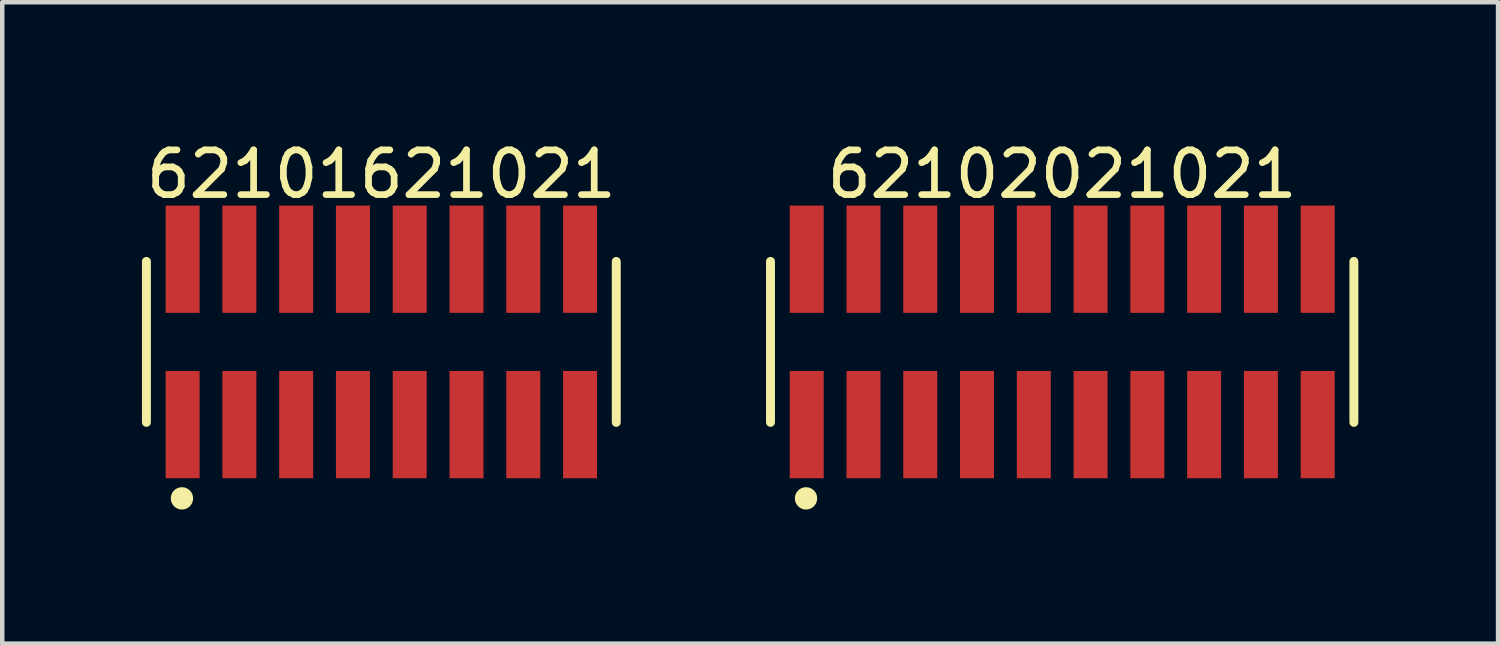
<source format=kicad_pcb>
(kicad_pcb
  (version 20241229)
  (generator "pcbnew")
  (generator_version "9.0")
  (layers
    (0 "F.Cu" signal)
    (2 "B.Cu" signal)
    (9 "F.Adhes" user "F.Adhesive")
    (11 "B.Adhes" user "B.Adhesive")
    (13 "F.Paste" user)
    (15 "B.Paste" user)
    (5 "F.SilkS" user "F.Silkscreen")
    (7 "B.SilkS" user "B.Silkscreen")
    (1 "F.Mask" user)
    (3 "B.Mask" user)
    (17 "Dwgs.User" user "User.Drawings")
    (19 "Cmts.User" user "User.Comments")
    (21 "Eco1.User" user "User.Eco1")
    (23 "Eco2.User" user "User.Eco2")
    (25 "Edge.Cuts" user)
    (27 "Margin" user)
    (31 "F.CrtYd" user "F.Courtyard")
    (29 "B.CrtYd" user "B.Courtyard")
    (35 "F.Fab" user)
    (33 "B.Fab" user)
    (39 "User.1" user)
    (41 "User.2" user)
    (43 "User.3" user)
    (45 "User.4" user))
  (footprint "62102021021"
    (layer "F.Cu")
    (at 20.71 4.598)
    (property "Reference" "62102021021" (at 0 -3.75 0) (layer "F.SilkS") (effects (font (size 1 1) (thickness 0.15))))
    (fp_line (start -6.525 1.8) (end -6.525 -1.8) (stroke (width 0.2) (type solid)) (layer "F.SilkS"))
    (fp_line (start 6.525 1.8) (end 6.525 -1.8) (stroke (width 0.2) (type solid)) (layer "F.SilkS"))
    (fp_circle (center -5.73 3.5) (end -5.73 3.375) (stroke (width 0.25) (type solid)) (fill no) (layer "F.SilkS"))
    (fp_line (start -6.725 -3.25) (end 6.725 -3.25) (stroke (width 0.05) (type solid)) (layer "Eco2.User"))
    (fp_line (start -6.725 3.25) (end -6.725 -3.25) (stroke (width 0.05) (type solid)) (layer "Eco2.User"))
    (fp_line (start -6.725 3.25) (end 6.725 3.25) (stroke (width 0.05) (type solid)) (layer "Eco2.User"))
    (fp_line (start -6.35 -1.7) (end 6.35 -1.7) (stroke (width 0.1) (type solid)) (layer "Eco2.User"))
    (fp_line (start -6.35 1.7) (end -6.35 -1.7) (stroke (width 0.1) (type solid)) (layer "Eco2.User"))
    (fp_line (start -6.35 1.7) (end 6.35 1.7) (stroke (width 0.1) (type solid)) (layer "Eco2.User"))
    (fp_line (start -5.915 -2.5) (end -5.515 -2.5) (stroke (width 0.1) (type solid)) (layer "Eco2.User"))
    (fp_line (start -5.915 -1.7) (end -5.915 -2.5) (stroke (width 0.1) (type solid)) (layer "Eco2.User"))
    (fp_line (start -5.915 2.5) (end -5.915 1.7) (stroke (width 0.1) (type solid)) (layer "Eco2.User"))
    (fp_line (start -5.915 2.5) (end -5.515 2.5) (stroke (width 0.1) (type solid)) (layer "Eco2.User"))
    (fp_line (start -5.515 -1.7) (end -5.515 -2.5) (stroke (width 0.1) (type solid)) (layer "Eco2.User"))
    (fp_line (start -5.515 2.5) (end -5.515 1.7) (stroke (width 0.1) (type solid)) (layer "Eco2.User"))
    (fp_line (start -4.645 -2.5) (end -4.245 -2.5) (stroke (width 0.1) (type solid)) (layer "Eco2.User"))
    (fp_line (start -4.645 -1.7) (end -4.645 -2.5) (stroke (width 0.1) (type solid)) (layer "Eco2.User"))
    (fp_line (start -4.645 2.5) (end -4.645 1.7) (stroke (width 0.1) (type solid)) (layer "Eco2.User"))
    (fp_line (start -4.645 2.5) (end -4.245 2.5) (stroke (width 0.1) (type solid)) (layer "Eco2.User"))
    (fp_line (start -4.245 -1.7) (end -4.245 -2.5) (stroke (width 0.1) (type solid)) (layer "Eco2.User"))
    (fp_line (start -4.245 2.5) (end -4.245 1.7) (stroke (width 0.1) (type solid)) (layer "Eco2.User"))
    (fp_line (start -3.375 -2.5) (end -2.975 -2.5) (stroke (width 0.1) (type solid)) (layer "Eco2.User"))
    (fp_line (start -3.375 -1.7) (end -3.375 -2.5) (stroke (width 0.1) (type solid)) (layer "Eco2.User"))
    (fp_line (start -3.375 2.5) (end -3.375 1.7) (stroke (width 0.1) (type solid)) (layer "Eco2.User"))
    (fp_line (start -3.375 2.5) (end -2.975 2.5) (stroke (width 0.1) (type solid)) (layer "Eco2.User"))
    (fp_line (start -2.975 -1.7) (end -2.975 -2.5) (stroke (width 0.1) (type solid)) (layer "Eco2.User"))
    (fp_line (start -2.975 2.5) (end -2.975 1.7) (stroke (width 0.1) (type solid)) (layer "Eco2.User"))
    (fp_line (start -2.105 -2.5) (end -1.705 -2.5) (stroke (width 0.1) (type solid)) (layer "Eco2.User"))
    (fp_line (start -2.105 -1.7) (end -2.105 -2.5) (stroke (width 0.1) (type solid)) (layer "Eco2.User"))
    (fp_line (start -2.105 2.5) (end -2.105 1.7) (stroke (width 0.1) (type solid)) (layer "Eco2.User"))
    (fp_line (start -2.105 2.5) (end -1.705 2.5) (stroke (width 0.1) (type solid)) (layer "Eco2.User"))
    (fp_line (start -1.705 -1.7) (end -1.705 -2.5) (stroke (width 0.1) (type solid)) (layer "Eco2.User"))
    (fp_line (start -1.705 2.5) (end -1.705 1.7) (stroke (width 0.1) (type solid)) (layer "Eco2.User"))
    (fp_line (start -0.835 -2.5) (end -0.435 -2.5) (stroke (width 0.1) (type solid)) (layer "Eco2.User"))
    (fp_line (start -0.835 -1.7) (end -0.835 -2.5) (stroke (width 0.1) (type solid)) (layer "Eco2.User"))
    (fp_line (start -0.835 2.5) (end -0.835 1.7) (stroke (width 0.1) (type solid)) (layer "Eco2.User"))
    (fp_line (start -0.835 2.5) (end -0.435 2.5) (stroke (width 0.1) (type solid)) (layer "Eco2.User"))
    (fp_line (start -0.5 0) (end 0.5 0) (stroke (width 0.05) (type solid)) (layer "Eco2.User"))
    (fp_line (start -0.435 -1.7) (end -0.435 -2.5) (stroke (width 0.1) (type solid)) (layer "Eco2.User"))
    (fp_line (start -0.435 2.5) (end -0.435 1.7) (stroke (width 0.1) (type solid)) (layer "Eco2.User"))
    (fp_line (start 0 0.5) (end 0 -0.5) (stroke (width 0.05) (type solid)) (layer "Eco2.User"))
    (fp_line (start 0.435 -2.5) (end 0.835 -2.5) (stroke (width 0.1) (type solid)) (layer "Eco2.User"))
    (fp_line (start 0.435 -1.7) (end 0.435 -2.5) (stroke (width 0.1) (type solid)) (layer "Eco2.User"))
    (fp_line (start 0.435 2.5) (end 0.435 1.7) (stroke (width 0.1) (type solid)) (layer "Eco2.User"))
    (fp_line (start 0.435 2.5) (end 0.835 2.5) (stroke (width 0.1) (type solid)) (layer "Eco2.User"))
    (fp_line (start 0.835 -1.7) (end 0.835 -2.5) (stroke (width 0.1) (type solid)) (layer "Eco2.User"))
    (fp_line (start 0.835 2.5) (end 0.835 1.7) (stroke (width 0.1) (type solid)) (layer "Eco2.User"))
    (fp_line (start 1.705 -2.5) (end 2.105 -2.5) (stroke (width 0.1) (type solid)) (layer "Eco2.User"))
    (fp_line (start 1.705 -1.7) (end 1.705 -2.5) (stroke (width 0.1) (type solid)) (layer "Eco2.User"))
    (fp_line (start 1.705 2.5) (end 1.705 1.7) (stroke (width 0.1) (type solid)) (layer "Eco2.User"))
    (fp_line (start 1.705 2.5) (end 2.105 2.5) (stroke (width 0.1) (type solid)) (layer "Eco2.User"))
    (fp_line (start 2.105 -1.7) (end 2.105 -2.5) (stroke (width 0.1) (type solid)) (layer "Eco2.User"))
    (fp_line (start 2.105 2.5) (end 2.105 1.7) (stroke (width 0.1) (type solid)) (layer "Eco2.User"))
    (fp_line (start 2.975 -2.5) (end 3.375 -2.5) (stroke (width 0.1) (type solid)) (layer "Eco2.User"))
    (fp_line (start 2.975 -1.7) (end 2.975 -2.5) (stroke (width 0.1) (type solid)) (layer "Eco2.User"))
    (fp_line (start 2.975 2.5) (end 2.975 1.7) (stroke (width 0.1) (type solid)) (layer "Eco2.User"))
    (fp_line (start 2.975 2.5) (end 3.375 2.5) (stroke (width 0.1) (type solid)) (layer "Eco2.User"))
    (fp_line (start 3.375 -1.7) (end 3.375 -2.5) (stroke (width 0.1) (type solid)) (layer "Eco2.User"))
    (fp_line (start 3.375 2.5) (end 3.375 1.7) (stroke (width 0.1) (type solid)) (layer "Eco2.User"))
    (fp_line (start 4.245 -2.5) (end 4.645 -2.5) (stroke (width 0.1) (type solid)) (layer "Eco2.User"))
    (fp_line (start 4.245 -1.7) (end 4.245 -2.5) (stroke (width 0.1) (type solid)) (layer "Eco2.User"))
    (fp_line (start 4.245 2.5) (end 4.245 1.7) (stroke (width 0.1) (type solid)) (layer "Eco2.User"))
    (fp_line (start 4.245 2.5) (end 4.645 2.5) (stroke (width 0.1) (type solid)) (layer "Eco2.User"))
    (fp_line (start 4.645 -1.7) (end 4.645 -2.5) (stroke (width 0.1) (type solid)) (layer "Eco2.User"))
    (fp_line (start 4.645 2.5) (end 4.645 1.7) (stroke (width 0.1) (type solid)) (layer "Eco2.User"))
    (fp_line (start 5.515 -2.5) (end 5.915 -2.5) (stroke (width 0.1) (type solid)) (layer "Eco2.User"))
    (fp_line (start 5.515 -1.7) (end 5.515 -2.5) (stroke (width 0.1) (type solid)) (layer "Eco2.User"))
    (fp_line (start 5.515 2.5) (end 5.515 1.7) (stroke (width 0.1) (type solid)) (layer "Eco2.User"))
    (fp_line (start 5.515 2.5) (end 5.915 2.5) (stroke (width 0.1) (type solid)) (layer "Eco2.User"))
    (fp_line (start 5.915 -1.7) (end 5.915 -2.5) (stroke (width 0.1) (type solid)) (layer "Eco2.User"))
    (fp_line (start 5.915 2.5) (end 5.915 1.7) (stroke (width 0.1) (type solid)) (layer "Eco2.User"))
    (fp_line (start 6.35 1.7) (end 6.35 -1.7) (stroke (width 0.1) (type solid)) (layer "Eco2.User"))
    (fp_line (start 6.725 3.25) (end 6.725 -3.25) (stroke (width 0.05) (type solid)) (layer "Eco2.User"))
    (fp_text user "${REFERENCE}" (at 0.07 -0.092 0) (unlocked yes) (layer "User.3") (effects (font (size 0.7 0.7) (thickness 0.07))))
    (pad "1" smd rect (at -5.715 1.85) (size 0.76 2.4) (layers "F.Cu" "F.Mask" "F.Paste"))
    (pad "2" smd rect (at -5.715 -1.85) (size 0.76 2.4) (layers "F.Cu" "F.Mask" "F.Paste"))
    (pad "3" smd rect (at -4.445 1.85) (size 0.76 2.4) (layers "F.Cu" "F.Mask" "F.Paste"))
    (pad "4" smd rect (at -4.445 -1.85) (size 0.76 2.4) (layers "F.Cu" "F.Mask" "F.Paste"))
    (pad "5" smd rect (at -3.175 1.85) (size 0.76 2.4) (layers "F.Cu" "F.Mask" "F.Paste"))
    (pad "6" smd rect (at -3.175 -1.85) (size 0.76 2.4) (layers "F.Cu" "F.Mask" "F.Paste"))
    (pad "7" smd rect (at -1.905 1.85) (size 0.76 2.4) (layers "F.Cu" "F.Mask" "F.Paste"))
    (pad "8" smd rect (at -1.905 -1.85) (size 0.76 2.4) (layers "F.Cu" "F.Mask" "F.Paste"))
    (pad "9" smd rect (at -0.635 1.85) (size 0.76 2.4) (layers "F.Cu" "F.Mask" "F.Paste"))
    (pad "10" smd rect (at -0.635 -1.85) (size 0.76 2.4) (layers "F.Cu" "F.Mask" "F.Paste"))
    (pad "11" smd rect (at 0.635 1.85) (size 0.76 2.4) (layers "F.Cu" "F.Mask" "F.Paste"))
    (pad "12" smd rect (at 0.635 -1.85) (size 0.76 2.4) (layers "F.Cu" "F.Mask" "F.Paste"))
    (pad "13" smd rect (at 1.905 1.85) (size 0.76 2.4) (layers "F.Cu" "F.Mask" "F.Paste"))
    (pad "14" smd rect (at 1.905 -1.85) (size 0.76 2.4) (layers "F.Cu" "F.Mask" "F.Paste"))
    (pad "15" smd rect (at 3.175 1.85) (size 0.76 2.4) (layers "F.Cu" "F.Mask" "F.Paste"))
    (pad "16" smd rect (at 3.175 -1.85) (size 0.76 2.4) (layers "F.Cu" "F.Mask" "F.Paste"))
    (pad "17" smd rect (at 4.445 1.85) (size 0.76 2.4) (layers "F.Cu" "F.Mask" "F.Paste"))
    (pad "18" smd rect (at 4.445 -1.85) (size 0.76 2.4) (layers "F.Cu" "F.Mask" "F.Paste"))
    (pad "19" smd rect (at 5.715 1.85) (size 0.76 2.4) (layers "F.Cu" "F.Mask" "F.Paste"))
    (pad "20" smd rect (at 5.715 -1.85) (size 0.76 2.4) (layers "F.Cu" "F.Mask" "F.Paste")))
  (footprint "62101621021"
    (layer "F.Cu")
    (at 5.48 4.598)
    (property "Reference" "62101621021" (at 0 -3.75 0) (layer "F.SilkS") (effects (font (size 1 1) (thickness 0.15))))
    (fp_line (start -5.255 1.8) (end -5.255 -1.8) (stroke (width 0.2) (type solid)) (layer "F.SilkS"))
    (fp_line (start 5.255 1.8) (end 5.255 -1.8) (stroke (width 0.2) (type solid)) (layer "F.SilkS"))
    (fp_circle (center -4.46 3.5) (end -4.46 3.375) (stroke (width 0.25) (type solid)) (fill no) (layer "F.SilkS"))
    (fp_line (start -5.455 -3.25) (end 5.455 -3.25) (stroke (width 0.05) (type solid)) (layer "Eco2.User"))
    (fp_line (start -5.455 3.25) (end -5.455 -3.25) (stroke (width 0.05) (type solid)) (layer "Eco2.User"))
    (fp_line (start -5.455 3.25) (end 5.455 3.25) (stroke (width 0.05) (type solid)) (layer "Eco2.User"))
    (fp_line (start -5.08 -1.7) (end 5.08 -1.7) (stroke (width 0.1) (type solid)) (layer "Eco2.User"))
    (fp_line (start -5.08 1.7) (end -5.08 -1.7) (stroke (width 0.1) (type solid)) (layer "Eco2.User"))
    (fp_line (start -5.08 1.7) (end 5.08 1.7) (stroke (width 0.1) (type solid)) (layer "Eco2.User"))
    (fp_line (start -4.645 -2.5) (end -4.245 -2.5) (stroke (width 0.1) (type solid)) (layer "Eco2.User"))
    (fp_line (start -4.645 -1.7) (end -4.645 -2.5) (stroke (width 0.1) (type solid)) (layer "Eco2.User"))
    (fp_line (start -4.645 2.5) (end -4.645 1.7) (stroke (width 0.1) (type solid)) (layer "Eco2.User"))
    (fp_line (start -4.645 2.5) (end -4.245 2.5) (stroke (width 0.1) (type solid)) (layer "Eco2.User"))
    (fp_line (start -4.245 -1.7) (end -4.245 -2.5) (stroke (width 0.1) (type solid)) (layer "Eco2.User"))
    (fp_line (start -4.245 2.5) (end -4.245 1.7) (stroke (width 0.1) (type solid)) (layer "Eco2.User"))
    (fp_line (start -3.375 -2.5) (end -2.975 -2.5) (stroke (width 0.1) (type solid)) (layer "Eco2.User"))
    (fp_line (start -3.375 -1.7) (end -3.375 -2.5) (stroke (width 0.1) (type solid)) (layer "Eco2.User"))
    (fp_line (start -3.375 2.5) (end -3.375 1.7) (stroke (width 0.1) (type solid)) (layer "Eco2.User"))
    (fp_line (start -3.375 2.5) (end -2.975 2.5) (stroke (width 0.1) (type solid)) (layer "Eco2.User"))
    (fp_line (start -2.975 -1.7) (end -2.975 -2.5) (stroke (width 0.1) (type solid)) (layer "Eco2.User"))
    (fp_line (start -2.975 2.5) (end -2.975 1.7) (stroke (width 0.1) (type solid)) (layer "Eco2.User"))
    (fp_line (start -2.105 -2.5) (end -1.705 -2.5) (stroke (width 0.1) (type solid)) (layer "Eco2.User"))
    (fp_line (start -2.105 -1.7) (end -2.105 -2.5) (stroke (width 0.1) (type solid)) (layer "Eco2.User"))
    (fp_line (start -2.105 2.5) (end -2.105 1.7) (stroke (width 0.1) (type solid)) (layer "Eco2.User"))
    (fp_line (start -2.105 2.5) (end -1.705 2.5) (stroke (width 0.1) (type solid)) (layer "Eco2.User"))
    (fp_line (start -1.705 -1.7) (end -1.705 -2.5) (stroke (width 0.1) (type solid)) (layer "Eco2.User"))
    (fp_line (start -1.705 2.5) (end -1.705 1.7) (stroke (width 0.1) (type solid)) (layer "Eco2.User"))
    (fp_line (start -0.835 -2.5) (end -0.435 -2.5) (stroke (width 0.1) (type solid)) (layer "Eco2.User"))
    (fp_line (start -0.835 -1.7) (end -0.835 -2.5) (stroke (width 0.1) (type solid)) (layer "Eco2.User"))
    (fp_line (start -0.835 2.5) (end -0.835 1.7) (stroke (width 0.1) (type solid)) (layer "Eco2.User"))
    (fp_line (start -0.835 2.5) (end -0.435 2.5) (stroke (width 0.1) (type solid)) (layer "Eco2.User"))
    (fp_line (start -0.5 0) (end 0.5 0) (stroke (width 0.05) (type solid)) (layer "Eco2.User"))
    (fp_line (start -0.435 -1.7) (end -0.435 -2.5) (stroke (width 0.1) (type solid)) (layer "Eco2.User"))
    (fp_line (start -0.435 2.5) (end -0.435 1.7) (stroke (width 0.1) (type solid)) (layer "Eco2.User"))
    (fp_line (start 0 0.5) (end 0 -0.5) (stroke (width 0.05) (type solid)) (layer "Eco2.User"))
    (fp_line (start 0.435 -2.5) (end 0.835 -2.5) (stroke (width 0.1) (type solid)) (layer "Eco2.User"))
    (fp_line (start 0.435 -1.7) (end 0.435 -2.5) (stroke (width 0.1) (type solid)) (layer "Eco2.User"))
    (fp_line (start 0.435 2.5) (end 0.435 1.7) (stroke (width 0.1) (type solid)) (layer "Eco2.User"))
    (fp_line (start 0.435 2.5) (end 0.835 2.5) (stroke (width 0.1) (type solid)) (layer "Eco2.User"))
    (fp_line (start 0.835 -1.7) (end 0.835 -2.5) (stroke (width 0.1) (type solid)) (layer "Eco2.User"))
    (fp_line (start 0.835 2.5) (end 0.835 1.7) (stroke (width 0.1) (type solid)) (layer "Eco2.User"))
    (fp_line (start 1.705 -2.5) (end 2.105 -2.5) (stroke (width 0.1) (type solid)) (layer "Eco2.User"))
    (fp_line (start 1.705 -1.7) (end 1.705 -2.5) (stroke (width 0.1) (type solid)) (layer "Eco2.User"))
    (fp_line (start 1.705 2.5) (end 1.705 1.7) (stroke (width 0.1) (type solid)) (layer "Eco2.User"))
    (fp_line (start 1.705 2.5) (end 2.105 2.5) (stroke (width 0.1) (type solid)) (layer "Eco2.User"))
    (fp_line (start 2.105 -1.7) (end 2.105 -2.5) (stroke (width 0.1) (type solid)) (layer "Eco2.User"))
    (fp_line (start 2.105 2.5) (end 2.105 1.7) (stroke (width 0.1) (type solid)) (layer "Eco2.User"))
    (fp_line (start 2.975 -2.5) (end 3.375 -2.5) (stroke (width 0.1) (type solid)) (layer "Eco2.User"))
    (fp_line (start 2.975 -1.7) (end 2.975 -2.5) (stroke (width 0.1) (type solid)) (layer "Eco2.User"))
    (fp_line (start 2.975 2.5) (end 2.975 1.7) (stroke (width 0.1) (type solid)) (layer "Eco2.User"))
    (fp_line (start 2.975 2.5) (end 3.375 2.5) (stroke (width 0.1) (type solid)) (layer "Eco2.User"))
    (fp_line (start 3.375 -1.7) (end 3.375 -2.5) (stroke (width 0.1) (type solid)) (layer "Eco2.User"))
    (fp_line (start 3.375 2.5) (end 3.375 1.7) (stroke (width 0.1) (type solid)) (layer "Eco2.User"))
    (fp_line (start 4.245 -2.5) (end 4.645 -2.5) (stroke (width 0.1) (type solid)) (layer "Eco2.User"))
    (fp_line (start 4.245 -1.7) (end 4.245 -2.5) (stroke (width 0.1) (type solid)) (layer "Eco2.User"))
    (fp_line (start 4.245 2.5) (end 4.245 1.7) (stroke (width 0.1) (type solid)) (layer "Eco2.User"))
    (fp_line (start 4.245 2.5) (end 4.645 2.5) (stroke (width 0.1) (type solid)) (layer "Eco2.User"))
    (fp_line (start 4.645 -1.7) (end 4.645 -2.5) (stroke (width 0.1) (type solid)) (layer "Eco2.User"))
    (fp_line (start 4.645 2.5) (end 4.645 1.7) (stroke (width 0.1) (type solid)) (layer "Eco2.User"))
    (fp_line (start 5.08 1.7) (end 5.08 -1.7) (stroke (width 0.1) (type solid)) (layer "Eco2.User"))
    (fp_line (start 5.455 3.25) (end 5.455 -3.25) (stroke (width 0.05) (type solid)) (layer "Eco2.User"))
    (fp_text user "${REFERENCE}" (at 0.07 -0.092 0) (unlocked yes) (layer "User.3") (effects (font (size 0.7 0.7) (thickness 0.07))))
    (pad "1" smd rect (at -4.445 1.85) (size 0.76 2.4) (layers "F.Cu" "F.Mask" "F.Paste"))
    (pad "2" smd rect (at -4.445 -1.85) (size 0.76 2.4) (layers "F.Cu" "F.Mask" "F.Paste"))
    (pad "3" smd rect (at -3.175 1.85) (size 0.76 2.4) (layers "F.Cu" "F.Mask" "F.Paste"))
    (pad "4" smd rect (at -3.175 -1.85) (size 0.76 2.4) (layers "F.Cu" "F.Mask" "F.Paste"))
    (pad "5" smd rect (at -1.905 1.85) (size 0.76 2.4) (layers "F.Cu" "F.Mask" "F.Paste"))
    (pad "6" smd rect (at -1.905 -1.85) (size 0.76 2.4) (layers "F.Cu" "F.Mask" "F.Paste"))
    (pad "7" smd rect (at -0.635 1.85) (size 0.76 2.4) (layers "F.Cu" "F.Mask" "F.Paste"))
    (pad "8" smd rect (at -0.635 -1.85) (size 0.76 2.4) (layers "F.Cu" "F.Mask" "F.Paste"))
    (pad "9" smd rect (at 0.635 1.85) (size 0.76 2.4) (layers "F.Cu" "F.Mask" "F.Paste"))
    (pad "10" smd rect (at 0.635 -1.85) (size 0.76 2.4) (layers "F.Cu" "F.Mask" "F.Paste"))
    (pad "11" smd rect (at 1.905 1.85) (size 0.76 2.4) (layers "F.Cu" "F.Mask" "F.Paste"))
    (pad "12" smd rect (at 1.905 -1.85) (size 0.76 2.4) (layers "F.Cu" "F.Mask" "F.Paste"))
    (pad "13" smd rect (at 3.175 1.85) (size 0.76 2.4) (layers "F.Cu" "F.Mask" "F.Paste"))
    (pad "14" smd rect (at 3.175 -1.85) (size 0.76 2.4) (layers "F.Cu" "F.Mask" "F.Paste"))
    (pad "15" smd rect (at 4.445 1.85) (size 0.76 2.4) (layers "F.Cu" "F.Mask" "F.Paste"))
    (pad "16" smd rect (at 4.445 -1.85) (size 0.76 2.4) (layers "F.Cu" "F.Mask" "F.Paste")))
  (gr_rect
    (start -3 -3)
    (end 30.46 11.348)
    (stroke (width 0.1) (type default))
    (fill no)
    (layer "Edge.Cuts")))
</source>
